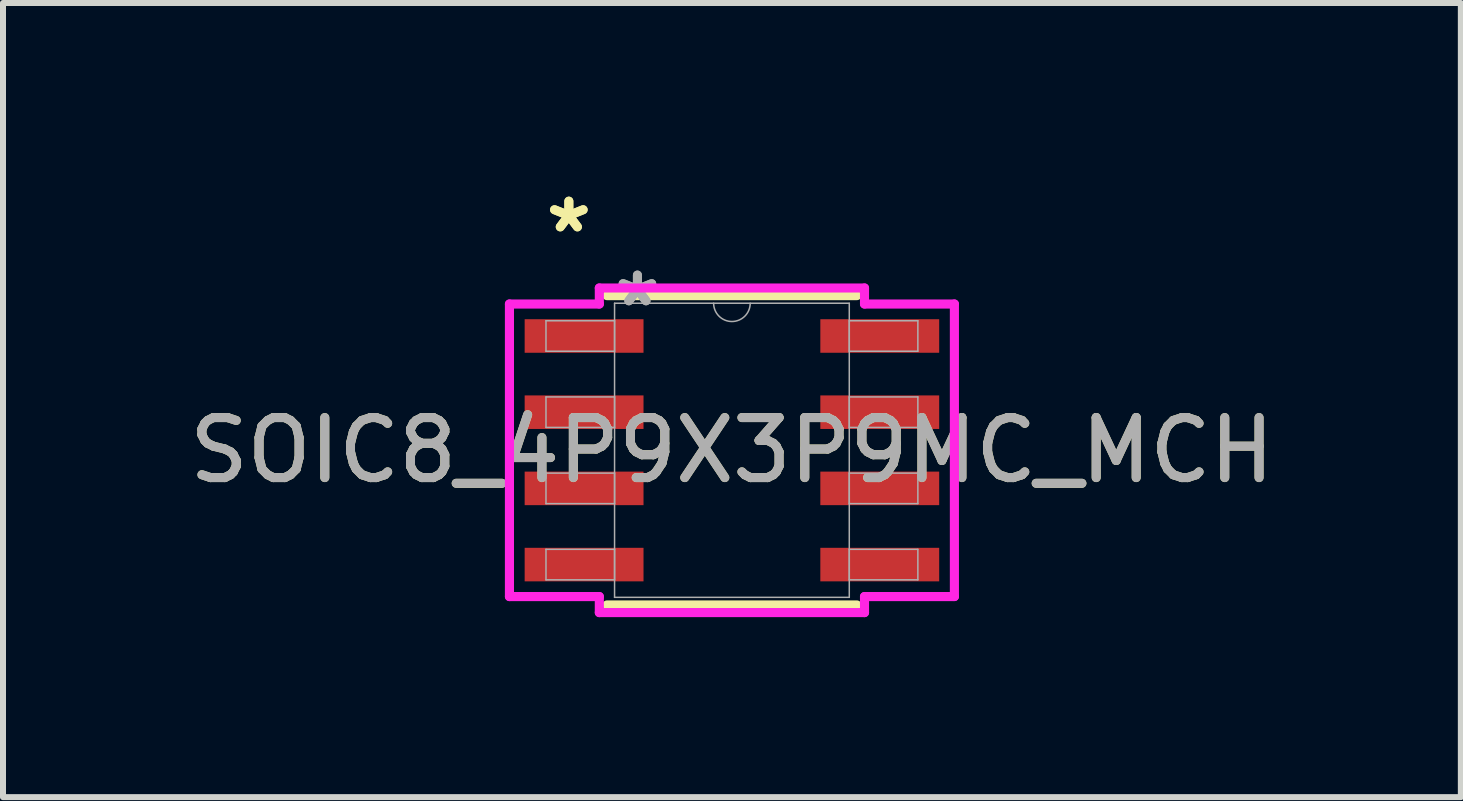
<source format=kicad_pcb>
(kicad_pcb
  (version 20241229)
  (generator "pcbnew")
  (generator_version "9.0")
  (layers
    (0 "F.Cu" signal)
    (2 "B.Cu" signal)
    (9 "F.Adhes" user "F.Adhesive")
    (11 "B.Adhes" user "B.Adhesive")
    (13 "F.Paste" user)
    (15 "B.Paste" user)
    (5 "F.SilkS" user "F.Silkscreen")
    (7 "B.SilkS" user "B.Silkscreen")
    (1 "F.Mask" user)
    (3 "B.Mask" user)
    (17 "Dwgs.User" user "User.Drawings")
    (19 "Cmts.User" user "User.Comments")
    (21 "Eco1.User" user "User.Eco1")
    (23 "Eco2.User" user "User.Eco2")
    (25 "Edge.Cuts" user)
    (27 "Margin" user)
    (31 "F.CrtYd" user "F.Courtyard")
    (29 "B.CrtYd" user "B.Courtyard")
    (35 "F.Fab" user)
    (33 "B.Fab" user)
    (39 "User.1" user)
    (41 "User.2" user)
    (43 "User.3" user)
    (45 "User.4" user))
  (footprint "SOIC8_4P9X3P9MC_MCH"
    (layer "F.Cu")
    (at 9.149 4.455)
    (property "Reference" "SOIC8_4P9X3P9MC_MCH" (at 0 0 0) (unlocked yes) (layer "F.SilkS") (effects (font (size 1 1) (thickness 0.15))))
    (attr smd)
    (fp_line (start -2.083 2.578) (end 2.083 2.578) (stroke (width 0.152) (type solid)) (layer "F.SilkS"))
    (fp_line (start 2.083 -2.578) (end -2.083 -2.578) (stroke (width 0.152) (type solid)) (layer "F.SilkS"))
    (fp_line (start -3.708 -2.438) (end -2.21 -2.438) (stroke (width 0.152) (type solid)) (layer "F.CrtYd"))
    (fp_line (start -3.708 2.438) (end -3.708 -2.438) (stroke (width 0.152) (type solid)) (layer "F.CrtYd"))
    (fp_line (start -3.708 2.438) (end -2.21 2.438) (stroke (width 0.152) (type solid)) (layer "F.CrtYd"))
    (fp_line (start -2.21 -2.705) (end 2.21 -2.705) (stroke (width 0.152) (type solid)) (layer "F.CrtYd"))
    (fp_line (start -2.21 -2.438) (end -2.21 -2.705) (stroke (width 0.152) (type solid)) (layer "F.CrtYd"))
    (fp_line (start -2.21 2.705) (end -2.21 2.438) (stroke (width 0.152) (type solid)) (layer "F.CrtYd"))
    (fp_line (start 2.21 -2.705) (end 2.21 -2.438) (stroke (width 0.152) (type solid)) (layer "F.CrtYd"))
    (fp_line (start 2.21 2.438) (end 2.21 2.705) (stroke (width 0.152) (type solid)) (layer "F.CrtYd"))
    (fp_line (start 2.21 2.705) (end -2.21 2.705) (stroke (width 0.152) (type solid)) (layer "F.CrtYd"))
    (fp_line (start 3.708 -2.438) (end 2.21 -2.438) (stroke (width 0.152) (type solid)) (layer "F.CrtYd"))
    (fp_line (start 3.708 -2.438) (end 3.708 2.438) (stroke (width 0.152) (type solid)) (layer "F.CrtYd"))
    (fp_line (start 3.708 2.438) (end 2.21 2.438) (stroke (width 0.152) (type solid)) (layer "F.CrtYd"))
    (fp_line (start -3.099 -2.159) (end -3.099 -1.651) (stroke (width 0.025) (type solid)) (layer "F.Fab"))
    (fp_line (start -3.099 -1.651) (end -1.956 -1.651) (stroke (width 0.025) (type solid)) (layer "F.Fab"))
    (fp_line (start -3.099 -0.889) (end -3.099 -0.381) (stroke (width 0.025) (type solid)) (layer "F.Fab"))
    (fp_line (start -3.099 -0.381) (end -1.956 -0.381) (stroke (width 0.025) (type solid)) (layer "F.Fab"))
    (fp_line (start -3.099 0.381) (end -3.099 0.889) (stroke (width 0.025) (type solid)) (layer "F.Fab"))
    (fp_line (start -3.099 0.889) (end -1.956 0.889) (stroke (width 0.025) (type solid)) (layer "F.Fab"))
    (fp_line (start -3.099 1.651) (end -3.099 2.159) (stroke (width 0.025) (type solid)) (layer "F.Fab"))
    (fp_line (start -3.099 2.159) (end -1.956 2.159) (stroke (width 0.025) (type solid)) (layer "F.Fab"))
    (fp_line (start -1.956 -2.451) (end -1.956 2.451) (stroke (width 0.025) (type solid)) (layer "F.Fab"))
    (fp_line (start -1.956 -2.159) (end -3.099 -2.159) (stroke (width 0.025) (type solid)) (layer "F.Fab"))
    (fp_line (start -1.956 -1.651) (end -1.956 -2.159) (stroke (width 0.025) (type solid)) (layer "F.Fab"))
    (fp_line (start -1.956 -0.889) (end -3.099 -0.889) (stroke (width 0.025) (type solid)) (layer "F.Fab"))
    (fp_line (start -1.956 -0.381) (end -1.956 -0.889) (stroke (width 0.025) (type solid)) (layer "F.Fab"))
    (fp_line (start -1.956 0.381) (end -3.099 0.381) (stroke (width 0.025) (type solid)) (layer "F.Fab"))
    (fp_line (start -1.956 0.889) (end -1.956 0.381) (stroke (width 0.025) (type solid)) (layer "F.Fab"))
    (fp_line (start -1.956 1.651) (end -3.099 1.651) (stroke (width 0.025) (type solid)) (layer "F.Fab"))
    (fp_line (start -1.956 2.159) (end -1.956 1.651) (stroke (width 0.025) (type solid)) (layer "F.Fab"))
    (fp_line (start -1.956 2.451) (end 1.956 2.451) (stroke (width 0.025) (type solid)) (layer "F.Fab"))
    (fp_line (start 1.956 -2.451) (end -1.956 -2.451) (stroke (width 0.025) (type solid)) (layer "F.Fab"))
    (fp_line (start 1.956 -2.159) (end 1.956 -1.651) (stroke (width 0.025) (type solid)) (layer "F.Fab"))
    (fp_line (start 1.956 -1.651) (end 3.099 -1.651) (stroke (width 0.025) (type solid)) (layer "F.Fab"))
    (fp_line (start 1.956 -0.889) (end 1.956 -0.381) (stroke (width 0.025) (type solid)) (layer "F.Fab"))
    (fp_line (start 1.956 -0.381) (end 3.099 -0.381) (stroke (width 0.025) (type solid)) (layer "F.Fab"))
    (fp_line (start 1.956 0.381) (end 1.956 0.889) (stroke (width 0.025) (type solid)) (layer "F.Fab"))
    (fp_line (start 1.956 0.889) (end 3.099 0.889) (stroke (width 0.025) (type solid)) (layer "F.Fab"))
    (fp_line (start 1.956 1.651) (end 1.956 2.159) (stroke (width 0.025) (type solid)) (layer "F.Fab"))
    (fp_line (start 1.956 2.159) (end 3.099 2.159) (stroke (width 0.025) (type solid)) (layer "F.Fab"))
    (fp_line (start 1.956 2.451) (end 1.956 -2.451) (stroke (width 0.025) (type solid)) (layer "F.Fab"))
    (fp_line (start 3.099 -2.159) (end 1.956 -2.159) (stroke (width 0.025) (type solid)) (layer "F.Fab"))
    (fp_line (start 3.099 -1.651) (end 3.099 -2.159) (stroke (width 0.025) (type solid)) (layer "F.Fab"))
    (fp_line (start 3.099 -0.889) (end 1.956 -0.889) (stroke (width 0.025) (type solid)) (layer "F.Fab"))
    (fp_line (start 3.099 -0.381) (end 3.099 -0.889) (stroke (width 0.025) (type solid)) (layer "F.Fab"))
    (fp_line (start 3.099 0.381) (end 1.956 0.381) (stroke (width 0.025) (type solid)) (layer "F.Fab"))
    (fp_line (start 3.099 0.889) (end 3.099 0.381) (stroke (width 0.025) (type solid)) (layer "F.Fab"))
    (fp_line (start 3.099 1.651) (end 1.956 1.651) (stroke (width 0.025) (type solid)) (layer "F.Fab"))
    (fp_line (start 3.099 2.159) (end 3.099 1.651) (stroke (width 0.025) (type solid)) (layer "F.Fab"))
    (fp_arc (start 0.3048 -2.4511) (mid 0 -2.1463) (end -0.3048 -2.4511) (stroke (width 0.0254) (type solid)) (layer "F.Fab"))
    (fp_text user "*" (at -2.718 -3.607 0) (unlocked yes) (layer "F.SilkS") (effects (font (size 1 1) (thickness 0.15))))
    (fp_text user "*" (at -2.718 -3.607 0) (layer "F.SilkS") (effects (font (size 1 1) (thickness 0.15))))
    (fp_text user "*" (at -1.575 -2.375 0) (layer "F.Fab") (effects (font (size 1 1) (thickness 0.15))))
    (fp_text user "${REFERENCE}" (at 0 0 0) (unlocked yes) (layer "F.Fab") (effects (font (size 1 1) (thickness 0.15))))
    (fp_text user "*" (at -1.575 -2.375 0) (unlocked yes) (layer "F.Fab") (effects (font (size 1 1) (thickness 0.15))))
    (pad "1" smd rect (at -2.464 -1.905) (size 1.981 0.559) (layers "F.Cu" "F.Mask" "F.Paste"))
    (pad "2" smd rect (at -2.464 -0.635) (size 1.981 0.559) (layers "F.Cu" "F.Mask" "F.Paste"))
    (pad "3" smd rect (at -2.464 0.635) (size 1.981 0.559) (layers "F.Cu" "F.Mask" "F.Paste"))
    (pad "4" smd rect (at -2.464 1.905) (size 1.981 0.559) (layers "F.Cu" "F.Mask" "F.Paste"))
    (pad "5" smd rect (at 2.464 1.905) (size 1.981 0.559) (layers "F.Cu" "F.Mask" "F.Paste"))
    (pad "6" smd rect (at 2.464 0.635) (size 1.981 0.559) (layers "F.Cu" "F.Mask" "F.Paste"))
    (pad "7" smd rect (at 2.464 -0.635) (size 1.981 0.559) (layers "F.Cu" "F.Mask" "F.Paste"))
    (pad "8" smd rect (at 2.464 -1.905) (size 1.981 0.559) (layers "F.Cu" "F.Mask" "F.Paste")))
  (gr_rect
    (start -3 -3)
    (end 21.298 10.236)
    (stroke (width 0.1) (type default))
    (fill no)
    (layer "Edge.Cuts")))
</source>
